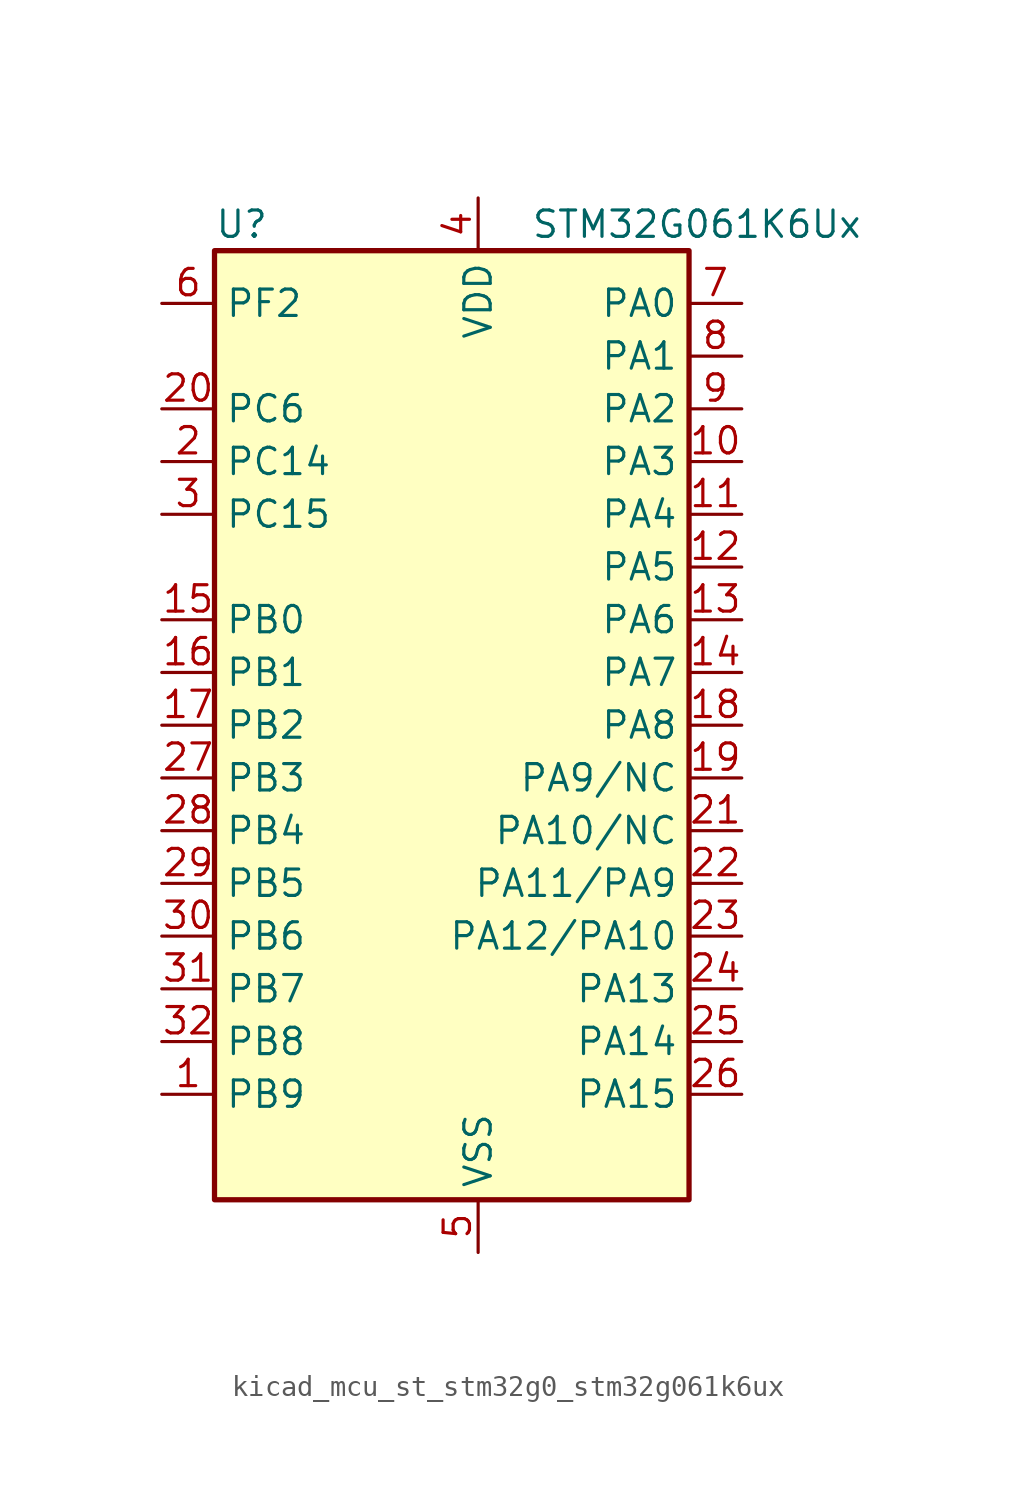
<source format=kicad_sym>
(kicad_symbol_lib
  (version 20220914)
  (generator kicad_symbol_editor)
  (symbol "kicad_mcu_st_stm32g0_stm32g061k6ux"
    (property "Reference" "U"
      (at -10.16 24.13 0)
      (effects (font (size 1.27 1.27)) (justify left)))
    (property "Value" "STM32G061K6Ux"
      (at 5.08 24.13 0)
      (effects (font (size 1.27 1.27)) (justify left)))
    (property "ki_locked" ""
      (at 0 0 0)
      (effects (font (size 1.27 1.27))))
    (symbol "kicad_mcu_st_stm32g0_stm32g061k6ux_0_1"
      (rectangle (start -10.16 -22.86) (end 12.7 22.86) (stroke (width 0.254) (type default)) (fill (type background))))
    (symbol "kicad_mcu_st_stm32g0_stm32g061k6ux_1_1"
      (pin bidirectional line (at -12.7 -17.78 0) (length 2.54) (name "PB9" (effects (font (size 1.27 1.27)))) (number "1" (effects (font (size 1.27 1.27)))) (alternate "DAC1_EXTI9" bidirectional line) (alternate "I2C1_SDA" bidirectional line) (alternate "IR_OUT" bidirectional line) (alternate "SPI2_NSS" bidirectional line) (alternate "TIM17_CH1" bidirectional line))
      (pin bidirectional line (at 15.24 12.7 180) (length 2.54) (name "PA3" (effects (font (size 1.27 1.27)))) (number "10" (effects (font (size 1.27 1.27)))) (alternate "ADC1_IN3" bidirectional line) (alternate "COMP2_INP" bidirectional line) (alternate "LPUART1_RX" bidirectional line) (alternate "SPI2_MISO" bidirectional line) (alternate "TIM15_CH2" bidirectional line) (alternate "TIM2_CH4" bidirectional line) (alternate "USART2_RX" bidirectional line))
      (pin bidirectional line (at 15.24 10.16 180) (length 2.54) (name "PA4" (effects (font (size 1.27 1.27)))) (number "11" (effects (font (size 1.27 1.27)))) (alternate "ADC1_IN4" bidirectional line) (alternate "DAC1_OUT1" bidirectional line) (alternate "I2S1_WS" bidirectional line) (alternate "LPTIM2_OUT" bidirectional line) (alternate "RTC_OUT1" bidirectional line) (alternate "RTC_TAMP_IN1" bidirectional line) (alternate "RTC_TS" bidirectional line) (alternate "SPI1_NSS" bidirectional line) (alternate "SPI2_MOSI" bidirectional line) (alternate "SYS_WKUP2" bidirectional line) (alternate "TIM14_CH1" bidirectional line))
      (pin bidirectional line (at 15.24 7.62 180) (length 2.54) (name "PA5" (effects (font (size 1.27 1.27)))) (number "12" (effects (font (size 1.27 1.27)))) (alternate "ADC1_IN5" bidirectional line) (alternate "DAC1_OUT2" bidirectional line) (alternate "I2S1_CK" bidirectional line) (alternate "LPTIM2_ETR" bidirectional line) (alternate "SPI1_SCK" bidirectional line) (alternate "TIM2_CH1" bidirectional line) (alternate "TIM2_ETR" bidirectional line))
      (pin bidirectional line (at 15.24 5.08 180) (length 2.54) (name "PA6" (effects (font (size 1.27 1.27)))) (number "13" (effects (font (size 1.27 1.27)))) (alternate "ADC1_IN6" bidirectional line) (alternate "COMP1_OUT" bidirectional line) (alternate "I2S1_MCK" bidirectional line) (alternate "LPUART1_CTS" bidirectional line) (alternate "SPI1_MISO" bidirectional line) (alternate "TIM16_CH1" bidirectional line) (alternate "TIM1_BK" bidirectional line) (alternate "TIM3_CH1" bidirectional line))
      (pin bidirectional line (at 15.24 2.54 180) (length 2.54) (name "PA7" (effects (font (size 1.27 1.27)))) (number "14" (effects (font (size 1.27 1.27)))) (alternate "ADC1_IN7" bidirectional line) (alternate "COMP2_OUT" bidirectional line) (alternate "I2S1_SD" bidirectional line) (alternate "SPI1_MOSI" bidirectional line) (alternate "TIM14_CH1" bidirectional line) (alternate "TIM17_CH1" bidirectional line) (alternate "TIM1_CH1N" bidirectional line) (alternate "TIM3_CH2" bidirectional line))
      (pin bidirectional line (at -12.7 5.08 0) (length 2.54) (name "PB0" (effects (font (size 1.27 1.27)))) (number "15" (effects (font (size 1.27 1.27)))) (alternate "ADC1_IN8" bidirectional line) (alternate "COMP1_OUT" bidirectional line) (alternate "I2S1_WS" bidirectional line) (alternate "LPTIM1_OUT" bidirectional line) (alternate "SPI1_NSS" bidirectional line) (alternate "TIM1_CH2N" bidirectional line) (alternate "TIM3_CH3" bidirectional line))
      (pin bidirectional line (at -12.7 2.54 0) (length 2.54) (name "PB1" (effects (font (size 1.27 1.27)))) (number "16" (effects (font (size 1.27 1.27)))) (alternate "ADC1_IN9" bidirectional line) (alternate "COMP1_INM" bidirectional line) (alternate "LPTIM2_IN1" bidirectional line) (alternate "LPUART1_DE" bidirectional line) (alternate "LPUART1_RTS" bidirectional line) (alternate "TIM14_CH1" bidirectional line) (alternate "TIM1_CH3N" bidirectional line) (alternate "TIM3_CH4" bidirectional line))
      (pin bidirectional line (at -12.7 0 0) (length 2.54) (name "PB2" (effects (font (size 1.27 1.27)))) (number "17" (effects (font (size 1.27 1.27)))) (alternate "ADC1_IN10" bidirectional line) (alternate "COMP1_INP" bidirectional line) (alternate "LPTIM1_OUT" bidirectional line) (alternate "SPI2_MISO" bidirectional line))
      (pin bidirectional line (at 15.24 0 180) (length 2.54) (name "PA8" (effects (font (size 1.27 1.27)))) (number "18" (effects (font (size 1.27 1.27)))) (alternate "LPTIM2_OUT" bidirectional line) (alternate "RCC_MCO" bidirectional line) (alternate "SPI2_NSS" bidirectional line) (alternate "TIM1_CH1" bidirectional line))
      (pin bidirectional line (at 15.24 -2.54 180) (length 2.54) (name "PA9/NC" (effects (font (size 1.27 1.27)))) (number "19" (effects (font (size 1.27 1.27)))) (alternate "DAC1_EXTI9" bidirectional line) (alternate "I2C1_SCL" bidirectional line) (alternate "RCC_MCO" bidirectional line) (alternate "SPI2_MISO" bidirectional line) (alternate "TIM15_BK" bidirectional line) (alternate "TIM1_CH2" bidirectional line) (alternate "USART1_TX" bidirectional line))
      (pin bidirectional line (at -12.7 12.7 0) (length 2.54) (name "PC14" (effects (font (size 1.27 1.27)))) (number "2" (effects (font (size 1.27 1.27)))) (alternate "RCC_OSC32_IN" bidirectional line) (alternate "RCC_OSC_IN" bidirectional line) (alternate "TIM1_BK2" bidirectional line))
      (pin bidirectional line (at -12.7 15.24 0) (length 2.54) (name "PC6" (effects (font (size 1.27 1.27)))) (number "20" (effects (font (size 1.27 1.27)))) (alternate "TIM2_CH3" bidirectional line) (alternate "TIM3_CH1" bidirectional line))
      (pin bidirectional line (at 15.24 -5.08 180) (length 2.54) (name "PA10/NC" (effects (font (size 1.27 1.27)))) (number "21" (effects (font (size 1.27 1.27)))) (alternate "I2C1_SDA" bidirectional line) (alternate "SPI2_MOSI" bidirectional line) (alternate "TIM17_BK" bidirectional line) (alternate "TIM1_CH3" bidirectional line) (alternate "USART1_RX" bidirectional line))
      (pin bidirectional line (at 15.24 -7.62 180) (length 2.54) (name "PA11/PA9" (effects (font (size 1.27 1.27)))) (number "22" (effects (font (size 1.27 1.27)))) (alternate "ADC1_EXTI11" bidirectional line) (alternate "ADC1_IN15" bidirectional line) (alternate "COMP1_OUT" bidirectional line) (alternate "I2C2_SCL" bidirectional line) (alternate "I2S1_MCK" bidirectional line) (alternate "SPI1_MISO" bidirectional line) (alternate "TIM1_BK2" bidirectional line) (alternate "TIM1_CH4" bidirectional line) (alternate "USART1_CTS" bidirectional line) (alternate "USART1_NSS" bidirectional line))
      (pin bidirectional line (at 15.24 -10.16 180) (length 2.54) (name "PA12/PA10" (effects (font (size 1.27 1.27)))) (number "23" (effects (font (size 1.27 1.27)))) (alternate "ADC1_IN16" bidirectional line) (alternate "COMP2_OUT" bidirectional line) (alternate "I2C2_SDA" bidirectional line) (alternate "I2S1_SD" bidirectional line) (alternate "I2S_CKIN" bidirectional line) (alternate "SPI1_MOSI" bidirectional line) (alternate "TIM1_ETR" bidirectional line) (alternate "USART1_CK" bidirectional line) (alternate "USART1_DE" bidirectional line) (alternate "USART1_RTS" bidirectional line))
      (pin bidirectional line (at 15.24 -12.7 180) (length 2.54) (name "PA13" (effects (font (size 1.27 1.27)))) (number "24" (effects (font (size 1.27 1.27)))) (alternate "ADC1_IN17" bidirectional line) (alternate "IR_OUT" bidirectional line) (alternate "SYS_SWDIO" bidirectional line))
      (pin bidirectional line (at 15.24 -15.24 180) (length 2.54) (name "PA14" (effects (font (size 1.27 1.27)))) (number "25" (effects (font (size 1.27 1.27)))) (alternate "ADC1_IN18" bidirectional line) (alternate "SYS_SWCLK" bidirectional line) (alternate "USART2_TX" bidirectional line))
      (pin bidirectional line (at 15.24 -17.78 180) (length 2.54) (name "PA15" (effects (font (size 1.27 1.27)))) (number "26" (effects (font (size 1.27 1.27)))) (alternate "I2S1_WS" bidirectional line) (alternate "SPI1_NSS" bidirectional line) (alternate "TIM2_CH1" bidirectional line) (alternate "TIM2_ETR" bidirectional line) (alternate "USART2_RX" bidirectional line))
      (pin bidirectional line (at -12.7 -2.54 0) (length 2.54) (name "PB3" (effects (font (size 1.27 1.27)))) (number "27" (effects (font (size 1.27 1.27)))) (alternate "COMP2_INM" bidirectional line) (alternate "I2S1_CK" bidirectional line) (alternate "SPI1_SCK" bidirectional line) (alternate "TIM1_CH2" bidirectional line) (alternate "TIM2_CH2" bidirectional line) (alternate "USART1_CK" bidirectional line) (alternate "USART1_DE" bidirectional line) (alternate "USART1_RTS" bidirectional line))
      (pin bidirectional line (at -12.7 -5.08 0) (length 2.54) (name "PB4" (effects (font (size 1.27 1.27)))) (number "28" (effects (font (size 1.27 1.27)))) (alternate "COMP2_INP" bidirectional line) (alternate "I2S1_MCK" bidirectional line) (alternate "SPI1_MISO" bidirectional line) (alternate "TIM17_BK" bidirectional line) (alternate "TIM3_CH1" bidirectional line) (alternate "USART1_CTS" bidirectional line) (alternate "USART1_NSS" bidirectional line))
      (pin bidirectional line (at -12.7 -7.62 0) (length 2.54) (name "PB5" (effects (font (size 1.27 1.27)))) (number "29" (effects (font (size 1.27 1.27)))) (alternate "COMP2_OUT" bidirectional line) (alternate "I2C1_SMBA" bidirectional line) (alternate "I2S1_SD" bidirectional line) (alternate "LPTIM1_IN1" bidirectional line) (alternate "SPI1_MOSI" bidirectional line) (alternate "SYS_WKUP6" bidirectional line) (alternate "TIM16_BK" bidirectional line) (alternate "TIM3_CH2" bidirectional line))
      (pin bidirectional line (at -12.7 10.16 0) (length 2.54) (name "PC15" (effects (font (size 1.27 1.27)))) (number "3" (effects (font (size 1.27 1.27)))) (alternate "RCC_OSC32_EN" bidirectional line) (alternate "RCC_OSC32_OUT" bidirectional line) (alternate "RCC_OSC_EN" bidirectional line) (alternate "TIM15_BK" bidirectional line))
      (pin bidirectional line (at -12.7 -10.16 0) (length 2.54) (name "PB6" (effects (font (size 1.27 1.27)))) (number "30" (effects (font (size 1.27 1.27)))) (alternate "COMP2_INP" bidirectional line) (alternate "I2C1_SCL" bidirectional line) (alternate "LPTIM1_ETR" bidirectional line) (alternate "SPI2_MISO" bidirectional line) (alternate "TIM16_CH1N" bidirectional line) (alternate "TIM1_CH3" bidirectional line) (alternate "USART1_TX" bidirectional line))
      (pin bidirectional line (at -12.7 -12.7 0) (length 2.54) (name "PB7" (effects (font (size 1.27 1.27)))) (number "31" (effects (font (size 1.27 1.27)))) (alternate "ADC1_IN11" bidirectional line) (alternate "COMP2_INM" bidirectional line) (alternate "I2C1_SDA" bidirectional line) (alternate "LPTIM1_IN2" bidirectional line) (alternate "SPI2_MOSI" bidirectional line) (alternate "SYS_PVD_IN" bidirectional line) (alternate "TIM17_CH1N" bidirectional line) (alternate "USART1_RX" bidirectional line))
      (pin bidirectional line (at -12.7 -15.24 0) (length 2.54) (name "PB8" (effects (font (size 1.27 1.27)))) (number "32" (effects (font (size 1.27 1.27)))) (alternate "I2C1_SCL" bidirectional line) (alternate "SPI2_SCK" bidirectional line) (alternate "TIM15_BK" bidirectional line) (alternate "TIM16_CH1" bidirectional line))
      (pin passive line (at 2.54 -25.4 90) (length 2.54) hide (name "VSS" (effects (font (size 1.27 1.27)))) (number "33" (effects (font (size 1.27 1.27)))))
      (pin power_in line (at 2.54 25.4 270) (length 2.54) (name "VDD" (effects (font (size 1.27 1.27)))) (number "4" (effects (font (size 1.27 1.27)))))
      (pin power_in line (at 2.54 -25.4 90) (length 2.54) (name "VSS" (effects (font (size 1.27 1.27)))) (number "5" (effects (font (size 1.27 1.27)))))
      (pin bidirectional line (at -12.7 20.32 0) (length 2.54) (name "PF2" (effects (font (size 1.27 1.27)))) (number "6" (effects (font (size 1.27 1.27)))) (alternate "RCC_MCO" bidirectional line))
      (pin bidirectional line (at 15.24 20.32 180) (length 2.54) (name "PA0" (effects (font (size 1.27 1.27)))) (number "7" (effects (font (size 1.27 1.27)))) (alternate "ADC1_IN0" bidirectional line) (alternate "COMP1_INM" bidirectional line) (alternate "COMP1_OUT" bidirectional line) (alternate "LPTIM1_OUT" bidirectional line) (alternate "RTC_TAMP_IN2" bidirectional line) (alternate "SPI2_SCK" bidirectional line) (alternate "SYS_WKUP1" bidirectional line) (alternate "TIM2_CH1" bidirectional line) (alternate "TIM2_ETR" bidirectional line) (alternate "USART2_CTS" bidirectional line) (alternate "USART2_NSS" bidirectional line))
      (pin bidirectional line (at 15.24 17.78 180) (length 2.54) (name "PA1" (effects (font (size 1.27 1.27)))) (number "8" (effects (font (size 1.27 1.27)))) (alternate "ADC1_IN1" bidirectional line) (alternate "COMP1_INP" bidirectional line) (alternate "I2C1_SMBA" bidirectional line) (alternate "I2S1_CK" bidirectional line) (alternate "SPI1_SCK" bidirectional line) (alternate "TIM15_CH1N" bidirectional line) (alternate "TIM2_CH2" bidirectional line) (alternate "USART2_CK" bidirectional line) (alternate "USART2_DE" bidirectional line) (alternate "USART2_RTS" bidirectional line))
      (pin bidirectional line (at 15.24 15.24 180) (length 2.54) (name "PA2" (effects (font (size 1.27 1.27)))) (number "9" (effects (font (size 1.27 1.27)))) (alternate "ADC1_IN2" bidirectional line) (alternate "COMP2_INM" bidirectional line) (alternate "COMP2_OUT" bidirectional line) (alternate "I2S1_SD" bidirectional line) (alternate "LPUART1_TX" bidirectional line) (alternate "RCC_LSCO" bidirectional line) (alternate "SPI1_MOSI" bidirectional line) (alternate "SYS_WKUP4" bidirectional line) (alternate "TIM15_CH1" bidirectional line) (alternate "TIM2_CH3" bidirectional line) (alternate "USART2_TX" bidirectional line)))))
</source>
